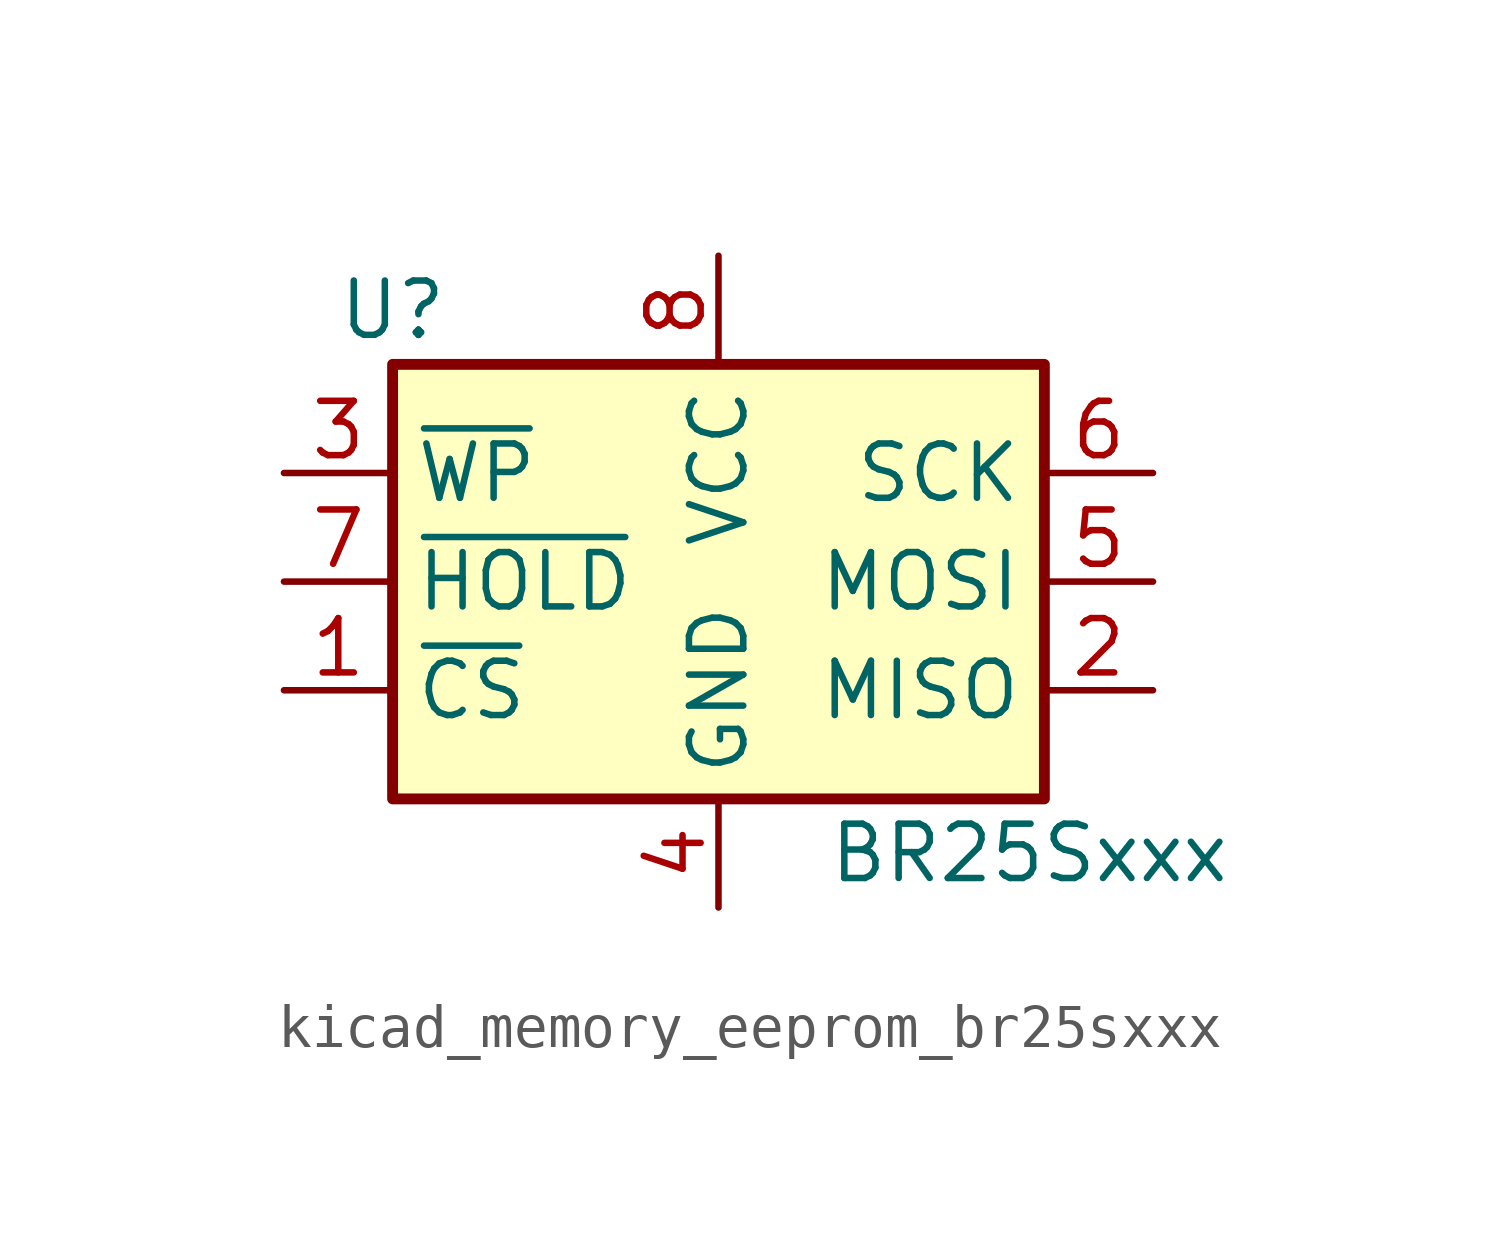
<source format=kicad_sym>
(kicad_symbol_lib
  (version 20220914)
  (generator kicad_symbol_editor)
  (symbol "kicad_memory_eeprom_br25sxxx"
    (property "Reference" "U"
      (at -7.62 6.35 0)
      (effects (font (size 1.27 1.27))))
    (property "Value" "BR25Sxxx"
      (at 2.54 -6.35 0)
      (effects (font (size 1.27 1.27)) (justify left)))
    (symbol "kicad_memory_eeprom_br25sxxx_1_1"
      (rectangle (start -7.62 5.08) (end 7.62 -5.08) (stroke (width 0.254) (type default)) (fill (type background)))
      (pin input line (at -10.16 -2.54 0) (length 2.54) (name "~{CS}" (effects (font (size 1.27 1.27)))) (number "1" (effects (font (size 1.27 1.27)))))
      (pin tri_state line (at 10.16 -2.54 180) (length 2.54) (name "MISO" (effects (font (size 1.27 1.27)))) (number "2" (effects (font (size 1.27 1.27)))))
      (pin input line (at -10.16 2.54 0) (length 2.54) (name "~{WP}" (effects (font (size 1.27 1.27)))) (number "3" (effects (font (size 1.27 1.27)))))
      (pin power_in line (at 0 -7.62 90) (length 2.54) (name "GND" (effects (font (size 1.27 1.27)))) (number "4" (effects (font (size 1.27 1.27)))))
      (pin input line (at 10.16 0 180) (length 2.54) (name "MOSI" (effects (font (size 1.27 1.27)))) (number "5" (effects (font (size 1.27 1.27)))))
      (pin input line (at 10.16 2.54 180) (length 2.54) (name "SCK" (effects (font (size 1.27 1.27)))) (number "6" (effects (font (size 1.27 1.27)))))
      (pin input line (at -10.16 0 0) (length 2.54) (name "~{HOLD}" (effects (font (size 1.27 1.27)))) (number "7" (effects (font (size 1.27 1.27)))))
      (pin power_in line (at 0 7.62 270) (length 2.54) (name "VCC" (effects (font (size 1.27 1.27)))) (number "8" (effects (font (size 1.27 1.27))))))))
</source>
